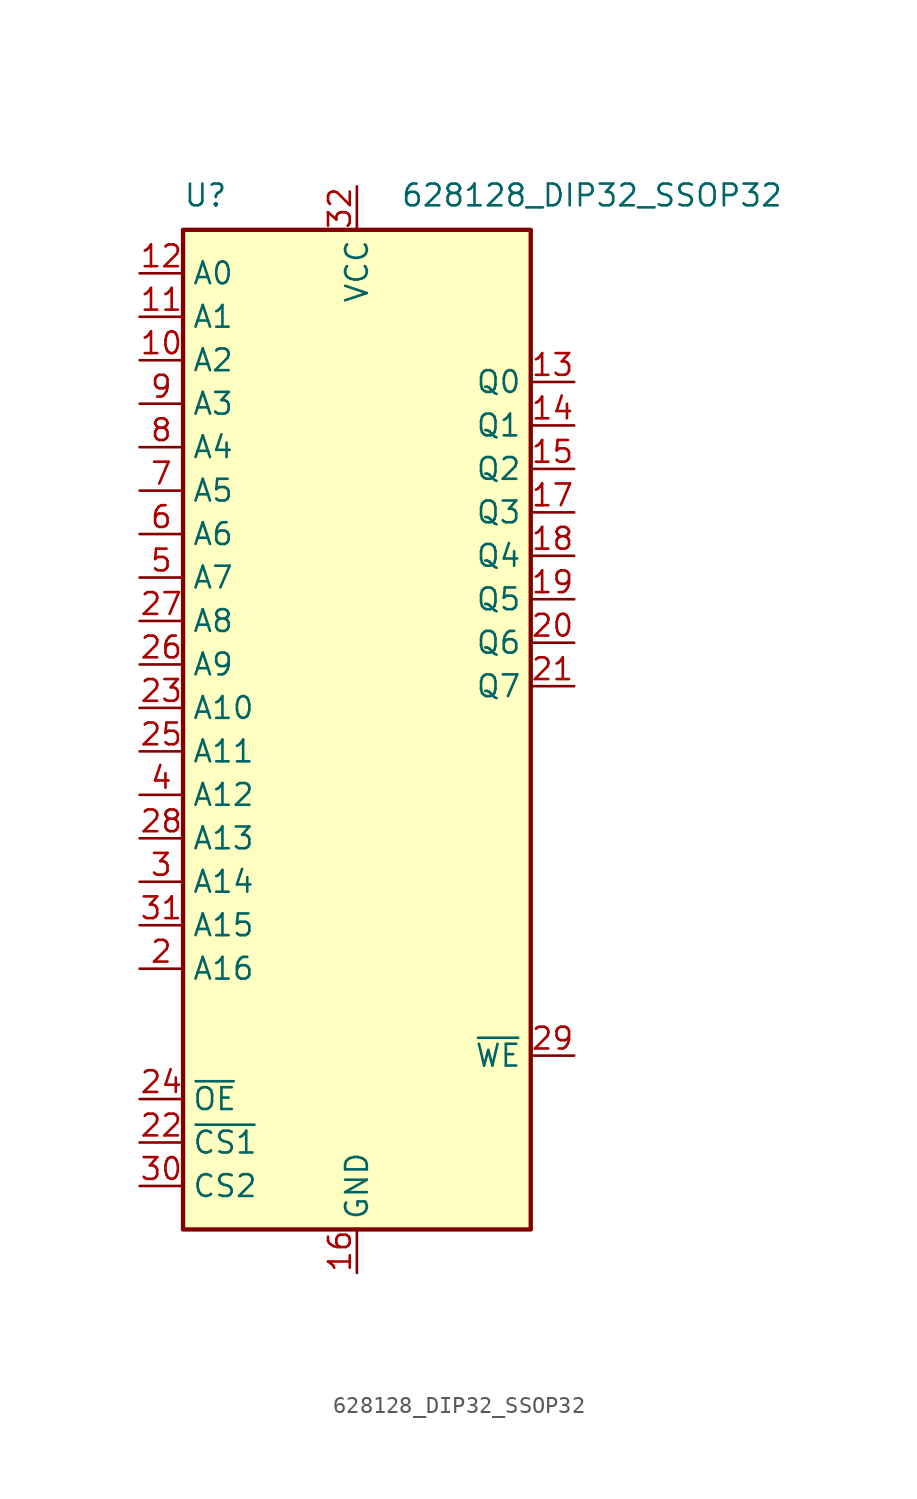
<source format=kicad_sym>
(kicad_symbol_lib
  (version 20220914)
  (generator kicad_symbol_editor)
  (symbol "628128_DIP32_SSOP32"
    (property "Reference" "U"
      (at -10.16 30.48 0)
      (effects (font (size 1.27 1.27)) (justify left bottom)))
    (property "Value" "628128_DIP32_SSOP32"
      (at 2.54 30.48 0)
      (effects (font (size 1.27 1.27)) (justify left bottom)))
    (symbol "628128_DIP32_SSOP32_0_0"
      (pin power_in line (at 0 -31.75 90) (length 2.54) (name "GND" (effects (font (size 1.27 1.27)))) (number "16" (effects (font (size 1.27 1.27)))))
      (pin power_in line (at 0 31.75 270) (length 2.54) (name "VCC" (effects (font (size 1.27 1.27)))) (number "32" (effects (font (size 1.27 1.27))))))
    (symbol "628128_DIP32_SSOP32_0_1"
      (rectangle (start -10.16 29.21) (end 10.16 -29.21) (stroke (width 0.254) (type default)) (fill (type background))))
    (symbol "628128_DIP32_SSOP32_1_1"
      (pin no_connect line (at 10.16 -20.32 180) (length 2.54) hide (name "NC" (effects (font (size 1.27 1.27)))) (number "1" (effects (font (size 1.27 1.27)))))
      (pin input line (at -12.7 21.59 0) (length 2.54) (name "A2" (effects (font (size 1.27 1.27)))) (number "10" (effects (font (size 1.27 1.27)))))
      (pin input line (at -12.7 24.13 0) (length 2.54) (name "A1" (effects (font (size 1.27 1.27)))) (number "11" (effects (font (size 1.27 1.27)))))
      (pin input line (at -12.7 26.67 0) (length 2.54) (name "A0" (effects (font (size 1.27 1.27)))) (number "12" (effects (font (size 1.27 1.27)))))
      (pin tri_state line (at 12.7 20.32 180) (length 2.54) (name "Q0" (effects (font (size 1.27 1.27)))) (number "13" (effects (font (size 1.27 1.27)))))
      (pin tri_state line (at 12.7 17.78 180) (length 2.54) (name "Q1" (effects (font (size 1.27 1.27)))) (number "14" (effects (font (size 1.27 1.27)))))
      (pin tri_state line (at 12.7 15.24 180) (length 2.54) (name "Q2" (effects (font (size 1.27 1.27)))) (number "15" (effects (font (size 1.27 1.27)))))
      (pin tri_state line (at 12.7 12.7 180) (length 2.54) (name "Q3" (effects (font (size 1.27 1.27)))) (number "17" (effects (font (size 1.27 1.27)))))
      (pin tri_state line (at 12.7 10.16 180) (length 2.54) (name "Q4" (effects (font (size 1.27 1.27)))) (number "18" (effects (font (size 1.27 1.27)))))
      (pin tri_state line (at 12.7 7.62 180) (length 2.54) (name "Q5" (effects (font (size 1.27 1.27)))) (number "19" (effects (font (size 1.27 1.27)))))
      (pin input line (at -12.7 -13.97 0) (length 2.54) (name "A16" (effects (font (size 1.27 1.27)))) (number "2" (effects (font (size 1.27 1.27)))))
      (pin tri_state line (at 12.7 5.08 180) (length 2.54) (name "Q6" (effects (font (size 1.27 1.27)))) (number "20" (effects (font (size 1.27 1.27)))))
      (pin tri_state line (at 12.7 2.54 180) (length 2.54) (name "Q7" (effects (font (size 1.27 1.27)))) (number "21" (effects (font (size 1.27 1.27)))))
      (pin input line (at -12.7 -24.13 0) (length 2.54) (name "~{CS1}" (effects (font (size 1.27 1.27)))) (number "22" (effects (font (size 1.27 1.27)))))
      (pin input line (at -12.7 1.27 0) (length 2.54) (name "A10" (effects (font (size 1.27 1.27)))) (number "23" (effects (font (size 1.27 1.27)))))
      (pin input line (at -12.7 -21.59 0) (length 2.54) (name "~{OE}" (effects (font (size 1.27 1.27)))) (number "24" (effects (font (size 1.27 1.27)))))
      (pin input line (at -12.7 -1.27 0) (length 2.54) (name "A11" (effects (font (size 1.27 1.27)))) (number "25" (effects (font (size 1.27 1.27)))))
      (pin input line (at -12.7 3.81 0) (length 2.54) (name "A9" (effects (font (size 1.27 1.27)))) (number "26" (effects (font (size 1.27 1.27)))))
      (pin input line (at -12.7 6.35 0) (length 2.54) (name "A8" (effects (font (size 1.27 1.27)))) (number "27" (effects (font (size 1.27 1.27)))))
      (pin input line (at -12.7 -6.35 0) (length 2.54) (name "A13" (effects (font (size 1.27 1.27)))) (number "28" (effects (font (size 1.27 1.27)))))
      (pin input line (at 12.7 -19.05 180) (length 2.54) (name "~{WE}" (effects (font (size 1.27 1.27)))) (number "29" (effects (font (size 1.27 1.27)))))
      (pin input line (at -12.7 -8.89 0) (length 2.54) (name "A14" (effects (font (size 1.27 1.27)))) (number "3" (effects (font (size 1.27 1.27)))))
      (pin input line (at -12.7 -26.67 0) (length 2.54) (name "CS2" (effects (font (size 1.27 1.27)))) (number "30" (effects (font (size 1.27 1.27)))))
      (pin input line (at -12.7 -11.43 0) (length 2.54) (name "A15" (effects (font (size 1.27 1.27)))) (number "31" (effects (font (size 1.27 1.27)))))
      (pin input line (at -12.7 -3.81 0) (length 2.54) (name "A12" (effects (font (size 1.27 1.27)))) (number "4" (effects (font (size 1.27 1.27)))))
      (pin input line (at -12.7 8.89 0) (length 2.54) (name "A7" (effects (font (size 1.27 1.27)))) (number "5" (effects (font (size 1.27 1.27)))))
      (pin input line (at -12.7 11.43 0) (length 2.54) (name "A6" (effects (font (size 1.27 1.27)))) (number "6" (effects (font (size 1.27 1.27)))))
      (pin input line (at -12.7 13.97 0) (length 2.54) (name "A5" (effects (font (size 1.27 1.27)))) (number "7" (effects (font (size 1.27 1.27)))))
      (pin input line (at -12.7 16.51 0) (length 2.54) (name "A4" (effects (font (size 1.27 1.27)))) (number "8" (effects (font (size 1.27 1.27)))))
      (pin input line (at -12.7 19.05 0) (length 2.54) (name "A3" (effects (font (size 1.27 1.27)))) (number "9" (effects (font (size 1.27 1.27))))))))
</source>
